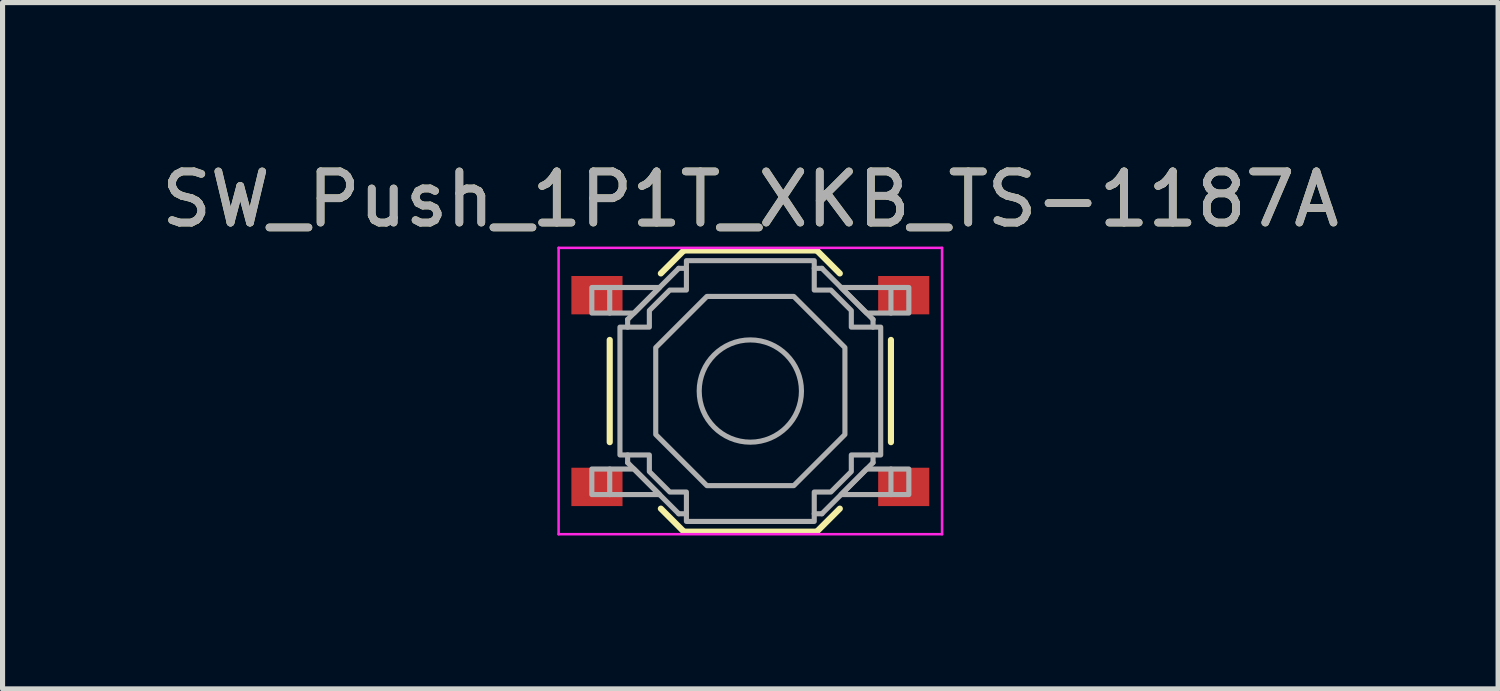
<source format=kicad_pcb>
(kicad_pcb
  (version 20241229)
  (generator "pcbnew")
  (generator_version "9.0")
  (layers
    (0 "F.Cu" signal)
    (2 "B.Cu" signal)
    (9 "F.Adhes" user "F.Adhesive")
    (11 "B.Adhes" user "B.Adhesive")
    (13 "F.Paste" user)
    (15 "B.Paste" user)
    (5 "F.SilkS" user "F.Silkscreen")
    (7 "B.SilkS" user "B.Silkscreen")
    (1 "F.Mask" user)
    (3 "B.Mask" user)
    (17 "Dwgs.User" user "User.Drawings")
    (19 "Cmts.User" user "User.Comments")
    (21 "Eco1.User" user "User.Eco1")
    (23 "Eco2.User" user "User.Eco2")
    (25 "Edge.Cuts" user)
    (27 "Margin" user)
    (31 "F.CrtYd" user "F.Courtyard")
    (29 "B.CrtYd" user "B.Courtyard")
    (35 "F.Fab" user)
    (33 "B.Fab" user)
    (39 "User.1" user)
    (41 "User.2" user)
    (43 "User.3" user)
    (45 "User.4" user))
  (footprint "SW_Push_1P1T_XKB_TS-1187A"
    (layer "F.Cu")
    (at 11.625 4.598)
    (property "Reference" "SW_Push_1P1T_XKB_TS-1187A" (at 0 -3.75 0) (layer "F.SilkS") (effects (font (size 1 1) (thickness 0.15))))
    (attr smd)
    (fp_line (start -2.75 -1) (end -2.75 1) (stroke (width 0.12) (type solid)) (layer "F.SilkS"))
    (fp_line (start -1.75 -2.3) (end -1.3 -2.75) (stroke (width 0.12) (type solid)) (layer "F.SilkS"))
    (fp_line (start -1.75 2.3) (end -1.3 2.75) (stroke (width 0.12) (type solid)) (layer "F.SilkS"))
    (fp_line (start -1.3 -2.75) (end 1.3 -2.75) (stroke (width 0.12) (type solid)) (layer "F.SilkS"))
    (fp_line (start -1.3 2.75) (end 1.3 2.75) (stroke (width 0.12) (type solid)) (layer "F.SilkS"))
    (fp_line (start 1.75 -2.3) (end 1.3 -2.75) (stroke (width 0.12) (type solid)) (layer "F.SilkS"))
    (fp_line (start 1.75 2.3) (end 1.3 2.75) (stroke (width 0.12) (type solid)) (layer "F.SilkS"))
    (fp_line (start 2.75 -1) (end 2.75 1) (stroke (width 0.12) (type solid)) (layer "F.SilkS"))
    (fp_line (start -3.75 -2.8) (end 3.75 -2.8) (stroke (width 0.05) (type solid)) (layer "F.CrtYd"))
    (fp_line (start -3.75 2.8) (end -3.75 -2.8) (stroke (width 0.05) (type solid)) (layer "F.CrtYd"))
    (fp_line (start 3.75 -2.8) (end 3.75 2.8) (stroke (width 0.05) (type solid)) (layer "F.CrtYd"))
    (fp_line (start 3.75 2.8) (end -3.75 2.8) (stroke (width 0.05) (type solid)) (layer "F.CrtYd"))
    (fp_line (start -2.75 -2.025) (end -2.75 -1.525) (stroke (width 0.1) (type solid)) (layer "F.Fab"))
    (fp_line (start -2.75 2.025) (end -2.75 1.525) (stroke (width 0.1) (type solid)) (layer "F.Fab"))
    (fp_line (start -2.4 -1.4) (end -1.4 -2.4) (stroke (width 0.1) (type solid)) (layer "F.Fab"))
    (fp_line (start -2.4 -1.25) (end -2.4 -1.4) (stroke (width 0.1) (type solid)) (layer "F.Fab"))
    (fp_line (start -2.4 1.4) (end -2.4 1.25) (stroke (width 0.1) (type solid)) (layer "F.Fab"))
    (fp_line (start -1.4 -2.4) (end -1.25 -2.4) (stroke (width 0.1) (type solid)) (layer "F.Fab"))
    (fp_line (start -1.4 2.4) (end -2.4 1.4) (stroke (width 0.1) (type solid)) (layer "F.Fab"))
    (fp_line (start -1.25 2.4) (end -1.4 2.4) (stroke (width 0.1) (type solid)) (layer "F.Fab"))
    (fp_line (start 1.25 -2.4) (end 1.4 -2.4) (stroke (width 0.1) (type solid)) (layer "F.Fab"))
    (fp_line (start 1.4 -2.4) (end 2.4 -1.4) (stroke (width 0.1) (type solid)) (layer "F.Fab"))
    (fp_line (start 1.4 2.4) (end 1.25 2.4) (stroke (width 0.1) (type solid)) (layer "F.Fab"))
    (fp_line (start 2.4 -1.4) (end 2.4 -1.25) (stroke (width 0.1) (type solid)) (layer "F.Fab"))
    (fp_line (start 2.4 1.25) (end 2.4 1.4) (stroke (width 0.1) (type solid)) (layer "F.Fab"))
    (fp_line (start 2.4 1.4) (end 1.4 2.4) (stroke (width 0.1) (type solid)) (layer "F.Fab"))
    (fp_line (start 2.75 -2.025) (end 2.75 -1.525) (stroke (width 0.1) (type solid)) (layer "F.Fab"))
    (fp_line (start 2.75 2.025) (end 2.75 1.525) (stroke (width 0.1) (type solid)) (layer "F.Fab"))
    (fp_circle (center 0 0) (end 1 0) (stroke (width 0.1) (type solid)) (fill no) (layer "F.Fab"))
    (fp_poly (pts (xy -1.775 -2.025) (xy -2.275 -1.525) (xy -3.1 -1.525) (xy -3.1 -2.025)) (stroke (width 0.1) (type solid)) (fill no) (layer "F.Fab"))
    (fp_poly (pts (xy -1.775 2.025) (xy -2.275 1.525) (xy -3.1 1.525) (xy -3.1 2.025)) (stroke (width 0.1) (type solid)) (fill no) (layer "F.Fab"))
    (fp_poly (pts (xy 1.775 -2.025) (xy 2.275 -1.525) (xy 3.1 -1.525) (xy 3.1 -2.025)) (stroke (width 0.1) (type solid)) (fill no) (layer "F.Fab"))
    (fp_poly (pts (xy 1.775 2.025) (xy 2.275 1.525) (xy 3.1 1.525) (xy 3.1 2.025)) (stroke (width 0.1) (type solid)) (fill no) (layer "F.Fab"))
    (fp_poly (pts (xy 0.85 -1.85) (xy 1.85 -0.85) (xy 1.85 0.85) (xy 0.85 1.85) (xy -0.85 1.85) (xy -1.85 0.85) (xy -1.85 -0.85) (xy -0.85 -1.85)) (stroke (width 0.1) (type solid)) (fill no) (layer "F.Fab"))
    (fp_poly (pts (xy -1.25 -2.55) (xy 1.25 -2.55) (xy 1.25 -1.975) (xy 1.575 -1.975) (xy 1.975 -1.575) (xy 1.975 -1.25) (xy 2.55 -1.25) (xy 2.55 1.25) (xy 1.975 1.25) (xy 1.975 1.575) (xy 1.575 1.975) (xy 1.25 1.975) (xy 1.25 2.55) (xy -1.25 2.55) (xy -1.25 1.975) (xy -1.575 1.975) (xy -1.975 1.575) (xy -1.975 1.25) (xy -2.55 1.25) (xy -2.55 -1.25) (xy -1.975 -1.25) (xy -1.975 -1.575) (xy -1.575 -1.975) (xy -1.25 -1.975)) (stroke (width 0.1) (type solid)) (fill no) (layer "F.Fab"))
    (fp_text user "${REFERENCE}" (at 0 -3.75 0) (layer "F.Fab") (effects (font (size 1 1) (thickness 0.15))))
    (pad "1" smd rect (at -3 -1.875) (size 1 0.75) (layers "F.Cu" "F.Mask" "F.Paste"))
    (pad "1" smd rect (at 3 -1.875) (size 1 0.75) (layers "F.Cu" "F.Mask" "F.Paste"))
    (pad "2" smd rect (at -3 1.875) (size 1 0.75) (layers "F.Cu" "F.Mask" "F.Paste"))
    (pad "2" smd rect (at 3 1.875) (size 1 0.75) (layers "F.Cu" "F.Mask" "F.Paste")))
  (gr_rect
    (start -3 -3)
    (end 26.25 10.423)
    (stroke (width 0.1) (type default))
    (fill no)
    (layer "Edge.Cuts")))
</source>
